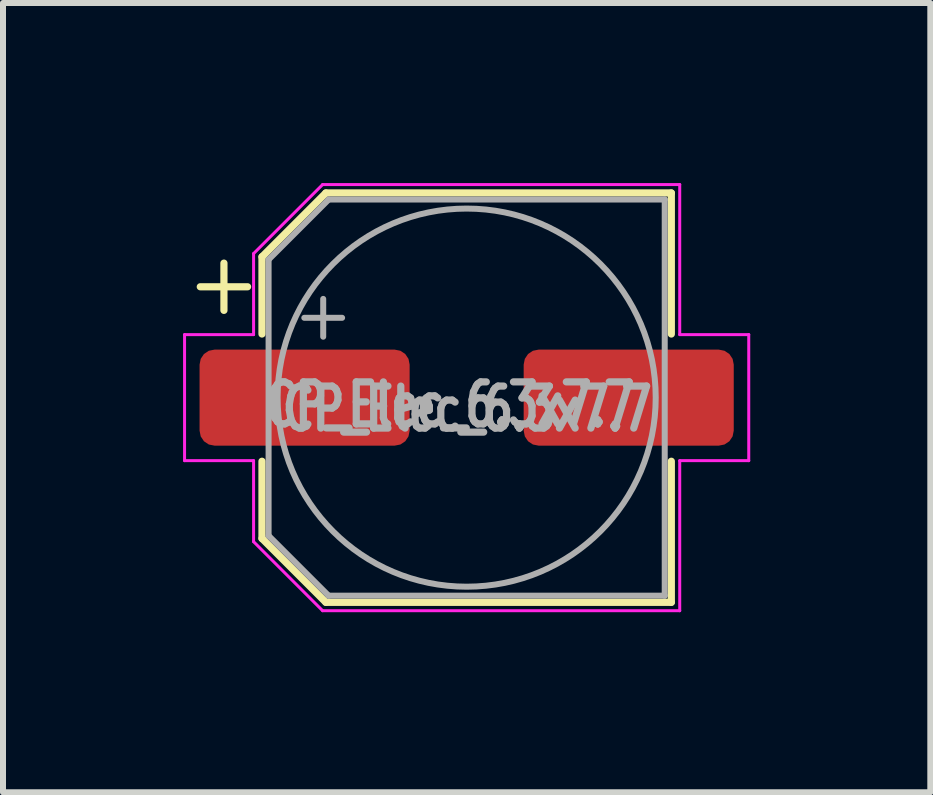
<source format=kicad_pcb>
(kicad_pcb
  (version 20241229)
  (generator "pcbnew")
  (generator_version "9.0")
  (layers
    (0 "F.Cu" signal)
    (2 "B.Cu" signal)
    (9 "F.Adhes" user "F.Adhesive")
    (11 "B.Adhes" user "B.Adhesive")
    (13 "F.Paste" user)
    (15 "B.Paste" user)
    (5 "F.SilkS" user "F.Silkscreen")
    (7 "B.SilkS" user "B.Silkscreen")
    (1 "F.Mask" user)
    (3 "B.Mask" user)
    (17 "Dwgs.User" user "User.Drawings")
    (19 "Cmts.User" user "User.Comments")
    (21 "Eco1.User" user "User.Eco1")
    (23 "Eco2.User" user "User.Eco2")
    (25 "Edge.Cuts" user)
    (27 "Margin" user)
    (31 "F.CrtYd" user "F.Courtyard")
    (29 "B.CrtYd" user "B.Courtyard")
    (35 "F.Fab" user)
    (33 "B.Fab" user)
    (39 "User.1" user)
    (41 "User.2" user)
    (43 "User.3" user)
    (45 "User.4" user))
  (footprint "CP_Elec_6.3x7.7"
    (layer "F.Cu")
    (at 4.725 3.575)
    (property "Reference" "CP_Elec_6.3x7.7" (at -0.28 0.12 180) (layer "F.Fab") (effects (font (size 0.7 0.5) (thickness 0.12))))
    (attr smd)
    (fp_line (start -4.438 -1.847) (end -3.65 -1.847) (stroke (width 0.12) (type solid)) (layer "F.SilkS"))
    (fp_line (start -4.044 -2.241) (end -4.044 -1.454) (stroke (width 0.12) (type solid)) (layer "F.SilkS"))
    (fp_line (start -3.41 -2.346) (end -3.41 -1.06) (stroke (width 0.12) (type solid)) (layer "F.SilkS"))
    (fp_line (start -3.41 -2.346) (end -2.346 -3.41) (stroke (width 0.12) (type solid)) (layer "F.SilkS"))
    (fp_line (start -3.41 2.346) (end -3.41 1.06) (stroke (width 0.12) (type solid)) (layer "F.SilkS"))
    (fp_line (start -3.41 2.346) (end -2.346 3.41) (stroke (width 0.12) (type solid)) (layer "F.SilkS"))
    (fp_line (start -2.346 -3.41) (end 3.41 -3.41) (stroke (width 0.12) (type solid)) (layer "F.SilkS"))
    (fp_line (start -2.346 3.41) (end 3.41 3.41) (stroke (width 0.12) (type solid)) (layer "F.SilkS"))
    (fp_line (start 3.41 -3.41) (end 3.41 -1.06) (stroke (width 0.12) (type solid)) (layer "F.SilkS"))
    (fp_line (start 3.41 3.41) (end 3.41 1.06) (stroke (width 0.12) (type solid)) (layer "F.SilkS"))
    (fp_line (start -4.7 -1.05) (end -4.7 1.05) (stroke (width 0.05) (type solid)) (layer "F.CrtYd"))
    (fp_line (start -4.7 1.05) (end -3.55 1.05) (stroke (width 0.05) (type solid)) (layer "F.CrtYd"))
    (fp_line (start -3.55 -2.4) (end -3.55 -1.05) (stroke (width 0.05) (type solid)) (layer "F.CrtYd"))
    (fp_line (start -3.55 -2.4) (end -2.4 -3.55) (stroke (width 0.05) (type solid)) (layer "F.CrtYd"))
    (fp_line (start -3.55 -1.05) (end -4.7 -1.05) (stroke (width 0.05) (type solid)) (layer "F.CrtYd"))
    (fp_line (start -3.55 1.05) (end -3.55 2.4) (stroke (width 0.05) (type solid)) (layer "F.CrtYd"))
    (fp_line (start -3.55 2.4) (end -2.4 3.55) (stroke (width 0.05) (type solid)) (layer "F.CrtYd"))
    (fp_line (start -2.4 -3.55) (end 3.55 -3.55) (stroke (width 0.05) (type solid)) (layer "F.CrtYd"))
    (fp_line (start -2.4 3.55) (end 3.55 3.55) (stroke (width 0.05) (type solid)) (layer "F.CrtYd"))
    (fp_line (start 3.55 -3.55) (end 3.55 -1.05) (stroke (width 0.05) (type solid)) (layer "F.CrtYd"))
    (fp_line (start 3.55 -1.05) (end 4.7 -1.05) (stroke (width 0.05) (type solid)) (layer "F.CrtYd"))
    (fp_line (start 3.55 1.05) (end 3.55 3.55) (stroke (width 0.05) (type solid)) (layer "F.CrtYd"))
    (fp_line (start 4.7 -1.05) (end 4.7 1.05) (stroke (width 0.05) (type solid)) (layer "F.CrtYd"))
    (fp_line (start 4.7 1.05) (end 3.55 1.05) (stroke (width 0.05) (type solid)) (layer "F.CrtYd"))
    (fp_line (start -3.3 -2.3) (end -3.3 2.3) (stroke (width 0.1) (type solid)) (layer "F.Fab"))
    (fp_line (start -3.3 -2.3) (end -2.3 -3.3) (stroke (width 0.1) (type solid)) (layer "F.Fab"))
    (fp_line (start -3.3 2.3) (end -2.3 3.3) (stroke (width 0.1) (type solid)) (layer "F.Fab"))
    (fp_line (start -2.705 -1.33) (end -2.075 -1.33) (stroke (width 0.1) (type solid)) (layer "F.Fab"))
    (fp_line (start -2.39 -1.645) (end -2.39 -1.015) (stroke (width 0.1) (type solid)) (layer "F.Fab"))
    (fp_line (start -2.3 -3.3) (end 3.3 -3.3) (stroke (width 0.1) (type solid)) (layer "F.Fab"))
    (fp_line (start -2.3 3.3) (end 3.3 3.3) (stroke (width 0.1) (type solid)) (layer "F.Fab"))
    (fp_line (start 3.3 -3.3) (end 3.3 3.3) (stroke (width 0.1) (type solid)) (layer "F.Fab"))
    (fp_circle (center 0 0) (end 3.15 0) (stroke (width 0.1) (type solid)) (fill no) (layer "F.Fab"))
    (fp_text user "${REFERENCE}" (at 0.01 0.19 180) (layer "F.Fab") (effects (font (size 0.7 0.5) (thickness 0.12))))
    (pad "1" smd roundrect (at -2.7 0) (size 3.5 1.6) (layers "F.Cu" "F.Mask" "F.Paste") (roundrect_rratio 0.156))
    (pad "2" smd roundrect (at 2.7 0) (size 3.5 1.6) (layers "F.Cu" "F.Mask" "F.Paste") (roundrect_rratio 0.156)))
  (gr_rect
    (start -3 -3)
    (end 12.45 10.15)
    (stroke (width 0.1) (type default))
    (fill no)
    (layer "Edge.Cuts")))
</source>
